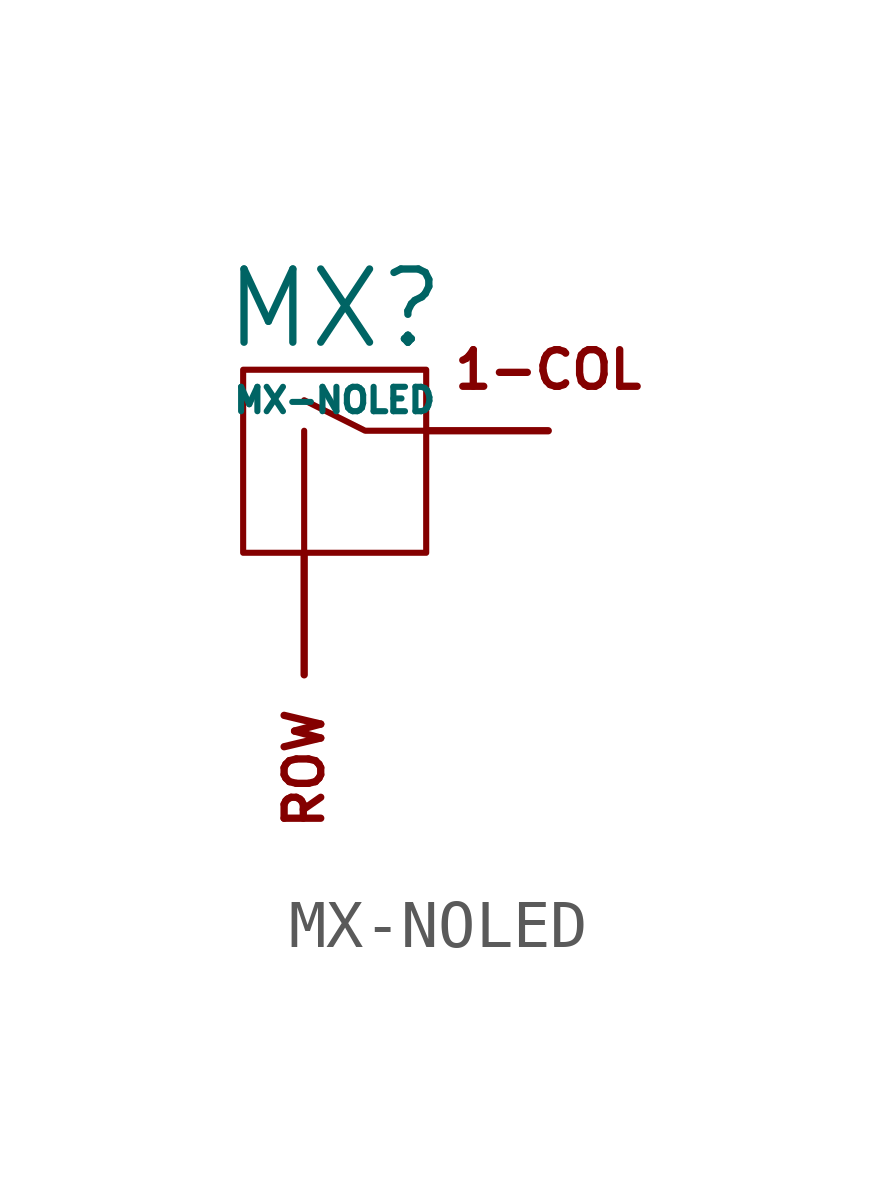
<source format=kicad_sym>
(kicad_symbol_lib
  (version 20200126)
  (host kicad_symbol_editor "(5.99.0-1933-g2401ed587)")
  (symbol "ck-parts:MX-NOLED"
    (property "Reference" "MX"
      (at 0 3.175 0)
      (effects (font (size 1.524 1.524))))
    (property "Value" "MX-NOLED"
      (at 0 1.27 0)
      (effects (font (size 0.508 0.508))))
    (symbol "MX-NOLED_0_0"
      (text "1-COL" (at 4.445 1.905 0) (effects (font (size 0.762 0.762))))
      (text "ROW" (at -0.635 -5.08 900) (effects (font (size 0.762 0.762)) (justify right)))
      (rectangle (start 1.905 -1.905) (end -1.905 1.905) (stroke (width 0.127)) (fill (type none)))
      (polyline (pts (xy -0.635 -1.905) (xy -0.635 0.635)) (stroke (width 0.127)) (fill (type none)))
      (polyline (pts (xy 1.905 0.635) (xy 0.635 0.635) (xy -0.635 1.27)) (stroke (width 0.127)) (fill (type none))))
    (symbol "MX-NOLED_1_1"
      (pin passive line (at 4.445 0.635 180) (length 2.54) (name "COL" (effects (font (size 0 0)))) (number "1" (effects (font (size 0 0)))))
      (pin passive line (at -0.635 -4.445 90) (length 2.54) (name "ROW" (effects (font (size 0 0)))) (number "2" (effects (font (size 0 0))))))))
</source>
